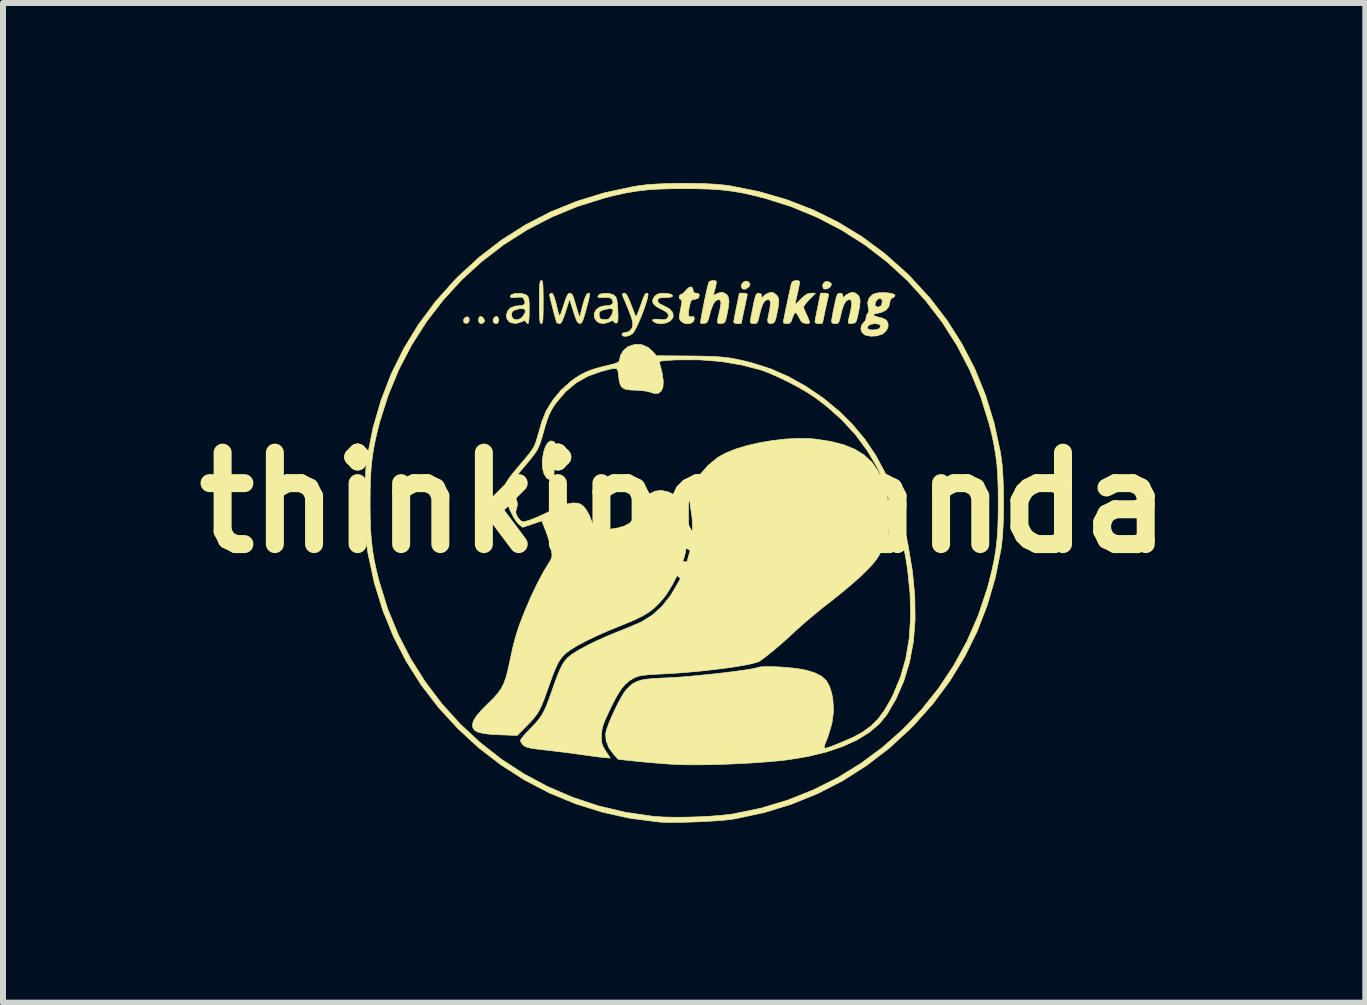
<source format=kicad_pcb>
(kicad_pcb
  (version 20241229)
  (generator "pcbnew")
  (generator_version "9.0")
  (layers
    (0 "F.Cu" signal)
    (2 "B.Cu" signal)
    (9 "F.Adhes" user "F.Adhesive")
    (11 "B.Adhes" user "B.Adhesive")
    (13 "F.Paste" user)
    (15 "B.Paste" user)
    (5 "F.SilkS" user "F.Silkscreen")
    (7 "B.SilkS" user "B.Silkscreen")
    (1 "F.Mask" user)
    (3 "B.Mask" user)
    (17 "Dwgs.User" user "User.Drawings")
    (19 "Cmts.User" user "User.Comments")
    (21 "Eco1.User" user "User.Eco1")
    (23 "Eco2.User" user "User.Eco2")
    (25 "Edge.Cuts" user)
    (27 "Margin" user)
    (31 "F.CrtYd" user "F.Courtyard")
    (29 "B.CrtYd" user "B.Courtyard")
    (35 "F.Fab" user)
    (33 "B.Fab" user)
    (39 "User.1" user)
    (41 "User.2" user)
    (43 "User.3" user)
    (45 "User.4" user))
  (footprint "thinkingPanda"
    (layer "F.Cu")
    (at 8.353 5.329)
    (property "Reference" "thinkingPanda" (at 0 0 0) (layer "F.SilkS") (effects (font (size 1.524 1.524) (thickness 0.3))))
    (attr through_hole)
    (fp_poly (pts (xy -3.606 -3.097) (xy -3.583 -3.07) (xy -3.584 -3.03) (xy -3.606 -2.997) (xy -3.625 -2.988) (xy -3.662 -2.998) (xy -3.675 -3.015) (xy -3.674 -3.057) (xy -3.649 -3.09) (xy -3.612 -3.099) (xy -3.606 -3.097)) (stroke (width 0.01) (type solid)) (fill yes) (layer "F.SilkS"))
    (fp_poly (pts (xy -3.374 -3.102) (xy -3.344 -3.075) (xy -3.328 -3.038) (xy -3.33 -3.018) (xy -3.359 -2.989) (xy -3.4 -2.989) (xy -3.415 -2.999) (xy -3.428 -3.035) (xy -3.422 -3.08) (xy -3.406 -3.102) (xy -3.374 -3.102)) (stroke (width 0.01) (type solid)) (fill yes) (layer "F.SilkS"))
    (fp_poly (pts (xy -3.114 -3.102) (xy -3.096 -3.072) (xy -3.09 -3.036) (xy -3.105 -2.996) (xy -3.138 -2.983) (xy -3.172 -3) (xy -3.184 -3.02) (xy -3.183 -3.059) (xy -3.16 -3.092) (xy -3.128 -3.106) (xy -3.114 -3.102)) (stroke (width 0.01) (type solid)) (fill yes) (layer "F.SilkS"))
    (fp_poly (pts (xy 1.07 -3.682) (xy 1.098 -3.648) (xy 1.089 -3.613) (xy 1.067 -3.589) (xy 1.019 -3.559) (xy 0.976 -3.563) (xy 0.967 -3.57) (xy 0.95 -3.61) (xy 0.964 -3.651) (xy 0.996 -3.683) (xy 1.038 -3.695) (xy 1.07 -3.682)) (stroke (width 0.01) (type solid)) (fill yes) (layer "F.SilkS"))
    (fp_poly (pts (xy 2.429 -3.675) (xy 2.454 -3.649) (xy 2.455 -3.641) (xy 2.439 -3.603) (xy 2.4 -3.572) (xy 2.355 -3.559) (xy 2.321 -3.57) (xy 2.307 -3.61) (xy 2.319 -3.655) (xy 2.344 -3.68) (xy 2.386 -3.688) (xy 2.429 -3.675)) (stroke (width 0.01) (type solid)) (fill yes) (layer "F.SilkS"))
    (fp_poly (pts (xy 2.391 -3.489) (xy 2.406 -3.473) (xy 2.403 -3.445) (xy 2.387 -3.372) (xy 2.368 -3.286) (xy 2.348 -3.196) (xy 2.331 -3.113) (xy 2.317 -3.045) (xy 2.308 -3.003) (xy 2.307 -2.995) (xy 2.289 -2.988) (xy 2.244 -2.985) (xy 2.244 -2.985) (xy 2.198 -2.992) (xy 2.18 -3.011) (xy 2.184 -3.042) (xy 2.195 -3.104) (xy 2.211 -3.188) (xy 2.227 -3.265) (xy 2.273 -3.493) (xy 2.344 -3.493) (xy 2.391 -3.489)) (stroke (width 0.01) (type solid)) (fill yes) (layer "F.SilkS"))
    (fp_poly (pts (xy 1.036 -3.489) (xy 1.052 -3.472) (xy 1.048 -3.445) (xy 1.037 -3.394) (xy 1.022 -3.322) (xy 1.004 -3.238) (xy 0.986 -3.153) (xy 0.97 -3.077) (xy 0.958 -3.019) (xy 0.953 -2.992) (xy 0.953 -2.991) (xy 0.934 -2.986) (xy 0.89 -2.985) (xy 0.889 -2.985) (xy 0.843 -2.992) (xy 0.825 -3.011) (xy 0.83 -3.042) (xy 0.841 -3.104) (xy 0.857 -3.188) (xy 0.873 -3.265) (xy 0.92 -3.493) (xy 0.99 -3.493) (xy 1.036 -3.489)) (stroke (width 0.01) (type solid)) (fill yes) (layer "F.SilkS"))
    (fp_poly (pts (xy -2.369 -3.699) (xy -2.361 -3.679) (xy -2.355 -3.638) (xy -2.352 -3.572) (xy -2.35 -3.475) (xy -2.349 -3.344) (xy -2.35 -3.211) (xy -2.352 -3.114) (xy -2.355 -3.049) (xy -2.361 -3.009) (xy -2.37 -2.99) (xy -2.381 -2.985) (xy -2.393 -2.99) (xy -2.402 -3.01) (xy -2.407 -3.05) (xy -2.411 -3.117) (xy -2.413 -3.214) (xy -2.413 -3.344) (xy -2.413 -3.478) (xy -2.411 -3.574) (xy -2.407 -3.64) (xy -2.401 -3.679) (xy -2.393 -3.699) (xy -2.381 -3.704) (xy -2.369 -3.699)) (stroke (width 0.01) (type solid)) (fill yes) (layer "F.SilkS"))
    (fp_poly (pts (xy -2.182 -1.024) (xy -2.166 -1.013) (xy -2.149 -0.991) (xy -2.142 -0.954) (xy -2.143 -0.893) (xy -2.148 -0.837) (xy -2.157 -0.731) (xy -2.164 -0.614) (xy -2.167 -0.54) (xy -2.17 -0.462) (xy -2.176 -0.416) (xy -2.189 -0.394) (xy -2.211 -0.386) (xy -2.215 -0.385) (xy -2.266 -0.394) (xy -2.292 -0.411) (xy -2.336 -0.482) (xy -2.362 -0.58) (xy -2.365 -0.696) (xy -2.363 -0.721) (xy -2.343 -0.841) (xy -2.313 -0.935) (xy -2.274 -0.999) (xy -2.229 -1.03) (xy -2.182 -1.024)) (stroke (width 0.01) (type solid)) (fill yes) (layer "F.SilkS"))
    (fp_poly (pts (xy -0.269 -3.487) (xy -0.216 -3.473) (xy -0.192 -3.453) (xy -0.198 -3.436) (xy -0.227 -3.426) (xy -0.283 -3.42) (xy -0.324 -3.419) (xy -0.39 -3.416) (xy -0.424 -3.407) (xy -0.438 -3.386) (xy -0.44 -3.374) (xy -0.436 -3.344) (xy -0.408 -3.317) (xy -0.348 -3.287) (xy -0.34 -3.283) (xy -0.246 -3.232) (xy -0.193 -3.175) (xy -0.182 -3.112) (xy -0.19 -3.082) (xy -0.229 -3.032) (xy -0.295 -2.998) (xy -0.374 -2.983) (xy -0.452 -2.991) (xy -0.492 -3.007) (xy -0.527 -3.035) (xy -0.522 -3.053) (xy -0.481 -3.06) (xy -0.417 -3.056) (xy -0.345 -3.051) (xy -0.302 -3.058) (xy -0.277 -3.077) (xy -0.259 -3.122) (xy -0.28 -3.165) (xy -0.343 -3.207) (xy -0.369 -3.219) (xy -0.463 -3.269) (xy -0.516 -3.319) (xy -0.528 -3.372) (xy -0.501 -3.428) (xy -0.486 -3.446) (xy -0.442 -3.478) (xy -0.381 -3.491) (xy -0.343 -3.492) (xy -0.269 -3.487)) (stroke (width 0.01) (type solid)) (fill yes) (layer "F.SilkS"))
    (fp_poly (pts (xy 0.14 -3.582) (xy 0.148 -3.545) (xy 0.157 -3.506) (xy 0.19 -3.493) (xy 0.203 -3.493) (xy 0.242 -3.486) (xy 0.252 -3.458) (xy 0.25 -3.445) (xy 0.233 -3.408) (xy 0.189 -3.392) (xy 0.177 -3.391) (xy 0.14 -3.384) (xy 0.117 -3.367) (xy 0.101 -3.328) (xy 0.085 -3.261) (xy 0.071 -3.172) (xy 0.074 -3.119) (xy 0.096 -3.098) (xy 0.129 -3.101) (xy 0.159 -3.103) (xy 0.169 -3.074) (xy 0.169 -3.062) (xy 0.152 -3.017) (xy 0.108 -2.99) (xy 0.049 -2.982) (xy -0.01 -2.996) (xy -0.053 -3.027) (xy -0.071 -3.051) (xy -0.08 -3.078) (xy -0.078 -3.12) (xy -0.067 -3.187) (xy -0.059 -3.228) (xy -0.044 -3.309) (xy -0.039 -3.358) (xy -0.043 -3.381) (xy -0.056 -3.387) (xy -0.079 -3.404) (xy -0.085 -3.429) (xy -0.072 -3.463) (xy -0.054 -3.471) (xy -0.021 -3.487) (xy 0.018 -3.526) (xy 0.025 -3.535) (xy 0.071 -3.582) (xy 0.112 -3.598) (xy 0.14 -3.582)) (stroke (width 0.01) (type solid)) (fill yes) (layer "F.SilkS"))
    (fp_poly (pts (xy -0.983 -3.489) (xy -0.966 -3.475) (xy -0.947 -3.446) (xy -0.923 -3.395) (xy -0.891 -3.318) (xy -0.849 -3.21) (xy -0.824 -3.143) (xy -0.813 -3.116) (xy -0.803 -3.107) (xy -0.79 -3.121) (xy -0.771 -3.164) (xy -0.743 -3.239) (xy -0.729 -3.278) (xy -0.695 -3.374) (xy -0.671 -3.437) (xy -0.653 -3.473) (xy -0.638 -3.489) (xy -0.623 -3.492) (xy -0.607 -3.489) (xy -0.601 -3.468) (xy -0.61 -3.416) (xy -0.631 -3.341) (xy -0.661 -3.251) (xy -0.697 -3.152) (xy -0.737 -3.054) (xy -0.777 -2.964) (xy -0.814 -2.888) (xy -0.846 -2.836) (xy -0.859 -2.82) (xy -0.909 -2.79) (xy -0.963 -2.774) (xy -1.01 -2.776) (xy -1.035 -2.795) (xy -1.037 -2.805) (xy -1.019 -2.83) (xy -0.986 -2.836) (xy -0.931 -2.85) (xy -0.901 -2.87) (xy -0.87 -2.91) (xy -0.856 -2.957) (xy -0.86 -3.018) (xy -0.883 -3.1) (xy -0.926 -3.211) (xy -0.931 -3.224) (xy -0.968 -3.314) (xy -1 -3.39) (xy -1.023 -3.445) (xy -1.031 -3.466) (xy -1.023 -3.488) (xy -1 -3.493) (xy -0.983 -3.489)) (stroke (width 0.01) (type solid)) (fill yes) (layer "F.SilkS"))
    (fp_poly (pts (xy 1.49 -3.498) (xy 1.513 -3.484) (xy 1.551 -3.451) (xy 1.573 -3.407) (xy 1.578 -3.346) (xy 1.568 -3.259) (xy 1.551 -3.175) (xy 1.532 -3.087) (xy 1.515 -3.033) (xy 1.498 -3.003) (xy 1.476 -2.991) (xy 1.463 -2.988) (xy 1.418 -2.988) (xy 1.395 -3.009) (xy 1.392 -3.056) (xy 1.407 -3.136) (xy 1.409 -3.143) (xy 1.431 -3.252) (xy 1.439 -3.326) (xy 1.431 -3.369) (xy 1.407 -3.386) (xy 1.398 -3.387) (xy 1.354 -3.371) (xy 1.316 -3.322) (xy 1.283 -3.237) (xy 1.258 -3.139) (xy 1.239 -3.06) (xy 1.224 -3.014) (xy 1.206 -2.992) (xy 1.181 -2.985) (xy 1.162 -2.985) (xy 1.117 -2.992) (xy 1.101 -3.011) (xy 1.105 -3.042) (xy 1.115 -3.104) (xy 1.132 -3.188) (xy 1.147 -3.265) (xy 1.168 -3.365) (xy 1.185 -3.431) (xy 1.2 -3.469) (xy 1.216 -3.487) (xy 1.236 -3.492) (xy 1.243 -3.493) (xy 1.281 -3.481) (xy 1.292 -3.445) (xy 1.295 -3.414) (xy 1.306 -3.421) (xy 1.312 -3.432) (xy 1.346 -3.464) (xy 1.396 -3.492) (xy 1.448 -3.507) (xy 1.49 -3.498)) (stroke (width 0.01) (type solid)) (fill yes) (layer "F.SilkS"))
    (fp_poly (pts (xy 2.845 -3.498) (xy 2.868 -3.484) (xy 2.906 -3.451) (xy 2.927 -3.408) (xy 2.932 -3.346) (xy 2.922 -3.259) (xy 2.906 -3.175) (xy 2.887 -3.089) (xy 2.872 -3.035) (xy 2.856 -3.006) (xy 2.834 -2.994) (xy 2.802 -2.989) (xy 2.799 -2.988) (xy 2.761 -2.986) (xy 2.74 -2.991) (xy 2.735 -3.014) (xy 2.743 -3.062) (xy 2.762 -3.143) (xy 2.762 -3.143) (xy 2.785 -3.252) (xy 2.793 -3.326) (xy 2.785 -3.369) (xy 2.762 -3.386) (xy 2.753 -3.387) (xy 2.709 -3.371) (xy 2.671 -3.322) (xy 2.638 -3.237) (xy 2.613 -3.139) (xy 2.594 -3.06) (xy 2.579 -3.014) (xy 2.561 -2.992) (xy 2.536 -2.985) (xy 2.517 -2.985) (xy 2.469 -2.993) (xy 2.455 -3.019) (xy 2.46 -3.054) (xy 2.471 -3.119) (xy 2.487 -3.205) (xy 2.501 -3.273) (xy 2.523 -3.371) (xy 2.539 -3.435) (xy 2.554 -3.471) (xy 2.571 -3.488) (xy 2.592 -3.492) (xy 2.597 -3.493) (xy 2.636 -3.482) (xy 2.646 -3.445) (xy 2.65 -3.414) (xy 2.661 -3.421) (xy 2.667 -3.432) (xy 2.7 -3.464) (xy 2.751 -3.492) (xy 2.803 -3.507) (xy 2.845 -3.498)) (stroke (width 0.01) (type solid)) (fill yes) (layer "F.SilkS"))
    (fp_poly (pts (xy 1.898 -3.703) (xy 1.923 -3.687) (xy 1.926 -3.678) (xy 1.921 -3.646) (xy 1.909 -3.584) (xy 1.892 -3.504) (xy 1.885 -3.474) (xy 1.845 -3.296) (xy 1.944 -3.394) (xy 2.007 -3.451) (xy 2.057 -3.482) (xy 2.105 -3.492) (xy 2.117 -3.493) (xy 2.189 -3.493) (xy 2.089 -3.391) (xy 2.039 -3.336) (xy 2.003 -3.29) (xy 1.99 -3.263) (xy 1.999 -3.229) (xy 2.021 -3.175) (xy 2.029 -3.158) (xy 2.059 -3.095) (xy 2.081 -3.039) (xy 2.084 -3.031) (xy 2.09 -2.998) (xy 2.074 -2.986) (xy 2.029 -2.988) (xy 1.981 -2.999) (xy 1.948 -3.027) (xy 1.917 -3.084) (xy 1.916 -3.085) (xy 1.887 -3.137) (xy 1.862 -3.166) (xy 1.853 -3.168) (xy 1.833 -3.146) (xy 1.811 -3.096) (xy 1.802 -3.073) (xy 1.781 -3.017) (xy 1.756 -2.991) (xy 1.716 -2.985) (xy 1.712 -2.985) (xy 1.669 -2.99) (xy 1.651 -3.002) (xy 1.655 -3.029) (xy 1.667 -3.088) (xy 1.683 -3.171) (xy 1.703 -3.268) (xy 1.725 -3.371) (xy 1.746 -3.472) (xy 1.766 -3.56) (xy 1.781 -3.628) (xy 1.79 -3.665) (xy 1.791 -3.667) (xy 1.814 -3.691) (xy 1.856 -3.704) (xy 1.898 -3.703)) (stroke (width 0.01) (type solid)) (fill yes) (layer "F.SilkS"))
    (fp_poly (pts (xy -2.703 -3.486) (xy -2.644 -3.468) (xy -2.629 -3.46) (xy -2.608 -3.442) (xy -2.595 -3.417) (xy -2.587 -3.378) (xy -2.583 -3.316) (xy -2.582 -3.22) (xy -2.582 -3.206) (xy -2.584 -3.1) (xy -2.59 -3.026) (xy -2.599 -2.989) (xy -2.604 -2.985) (xy -2.63 -3.001) (xy -2.638 -3.016) (xy -2.651 -3.035) (xy -2.676 -3.032) (xy -2.71 -3.016) (xy -2.801 -2.987) (xy -2.883 -2.999) (xy -2.916 -3.017) (xy -2.954 -3.065) (xy -2.963 -3.122) (xy -2.961 -3.132) (xy -2.879 -3.132) (xy -2.863 -3.079) (xy -2.823 -3.051) (xy -2.77 -3.05) (xy -2.715 -3.078) (xy -2.69 -3.104) (xy -2.651 -3.168) (xy -2.649 -3.212) (xy -2.68 -3.235) (xy -2.743 -3.234) (xy -2.812 -3.215) (xy -2.86 -3.191) (xy -2.877 -3.154) (xy -2.879 -3.132) (xy -2.961 -3.132) (xy -2.944 -3.194) (xy -2.892 -3.249) (xy -2.815 -3.278) (xy -2.775 -3.281) (xy -2.698 -3.288) (xy -2.659 -3.309) (xy -2.653 -3.348) (xy -2.664 -3.377) (xy -2.683 -3.411) (xy -2.707 -3.426) (xy -2.752 -3.427) (xy -2.795 -3.422) (xy -2.86 -3.417) (xy -2.893 -3.424) (xy -2.9 -3.438) (xy -2.881 -3.466) (xy -2.834 -3.484) (xy -2.77 -3.491) (xy -2.703 -3.486)) (stroke (width 0.01) (type solid)) (fill yes) (layer "F.SilkS"))
    (fp_poly (pts (xy -1.243 -3.486) (xy -1.184 -3.467) (xy -1.164 -3.454) (xy -1.141 -3.431) (xy -1.126 -3.399) (xy -1.116 -3.349) (xy -1.109 -3.272) (xy -1.106 -3.214) (xy -1.102 -3.11) (xy -1.104 -3.043) (xy -1.113 -3.006) (xy -1.122 -2.995) (xy -1.153 -2.996) (xy -1.167 -3.012) (xy -1.185 -3.033) (xy -1.213 -3.03) (xy -1.244 -3.015) (xy -1.329 -2.988) (xy -1.407 -2.994) (xy -1.46 -3.027) (xy -1.497 -3.088) (xy -1.498 -3.133) (xy -1.418 -3.133) (xy -1.41 -3.086) (xy -1.392 -3.062) (xy -1.335 -3.051) (xy -1.278 -3.055) (xy -1.257 -3.064) (xy -1.223 -3.103) (xy -1.195 -3.159) (xy -1.185 -3.205) (xy -1.198 -3.231) (xy -1.239 -3.237) (xy -1.312 -3.223) (xy -1.339 -3.216) (xy -1.391 -3.197) (xy -1.414 -3.171) (xy -1.418 -3.133) (xy -1.498 -3.133) (xy -1.499 -3.153) (xy -1.47 -3.213) (xy -1.415 -3.258) (xy -1.34 -3.28) (xy -1.322 -3.281) (xy -1.241 -3.288) (xy -1.197 -3.311) (xy -1.185 -3.344) (xy -1.203 -3.395) (xy -1.253 -3.421) (xy -1.336 -3.423) (xy -1.344 -3.422) (xy -1.406 -3.416) (xy -1.434 -3.424) (xy -1.439 -3.438) (xy -1.421 -3.467) (xy -1.374 -3.485) (xy -1.31 -3.491) (xy -1.243 -3.486)) (stroke (width 0.01) (type solid)) (fill yes) (layer "F.SilkS"))
    (fp_poly (pts (xy 0.525 -3.698) (xy 0.534 -3.692) (xy 0.536 -3.667) (xy 0.527 -3.614) (xy 0.517 -3.571) (xy 0.5 -3.509) (xy 0.49 -3.468) (xy 0.487 -3.457) (xy 0.503 -3.463) (xy 0.544 -3.482) (xy 0.552 -3.486) (xy 0.61 -3.507) (xy 0.658 -3.5) (xy 0.669 -3.495) (xy 0.714 -3.465) (xy 0.739 -3.419) (xy 0.747 -3.352) (xy 0.737 -3.256) (xy 0.723 -3.181) (xy 0.705 -3.093) (xy 0.691 -3.038) (xy 0.675 -3.008) (xy 0.655 -2.994) (xy 0.624 -2.989) (xy 0.618 -2.988) (xy 0.581 -2.987) (xy 0.56 -2.995) (xy 0.554 -3.021) (xy 0.561 -3.072) (xy 0.581 -3.157) (xy 0.583 -3.164) (xy 0.605 -3.265) (xy 0.613 -3.331) (xy 0.606 -3.369) (xy 0.586 -3.385) (xy 0.572 -3.387) (xy 0.525 -3.367) (xy 0.483 -3.308) (xy 0.445 -3.208) (xy 0.426 -3.138) (xy 0.406 -3.062) (xy 0.388 -3.018) (xy 0.367 -2.996) (xy 0.338 -2.989) (xy 0.293 -2.988) (xy 0.273 -2.994) (xy 0.274 -3.017) (xy 0.282 -3.072) (xy 0.296 -3.152) (xy 0.315 -3.248) (xy 0.335 -3.351) (xy 0.357 -3.453) (xy 0.377 -3.545) (xy 0.395 -3.619) (xy 0.408 -3.666) (xy 0.41 -3.673) (xy 0.437 -3.695) (xy 0.483 -3.705) (xy 0.525 -3.698)) (stroke (width 0.01) (type solid)) (fill yes) (layer "F.SilkS"))
    (fp_poly (pts (xy -1.575 -3.487) (xy -1.576 -3.463) (xy -1.586 -3.407) (xy -1.605 -3.327) (xy -1.631 -3.232) (xy -1.631 -3.229) (xy -1.661 -3.124) (xy -1.683 -3.055) (xy -1.701 -3.013) (xy -1.718 -2.993) (xy -1.736 -2.988) (xy -1.743 -2.989) (xy -1.766 -2.999) (xy -1.788 -3.029) (xy -1.811 -3.084) (xy -1.841 -3.172) (xy -1.848 -3.196) (xy -1.91 -3.396) (xy -1.974 -3.19) (xy -2.007 -3.093) (xy -2.032 -3.031) (xy -2.054 -2.997) (xy -2.075 -2.985) (xy -2.079 -2.985) (xy -2.116 -2.997) (xy -2.127 -3.011) (xy -2.141 -3.058) (xy -2.161 -3.129) (xy -2.183 -3.213) (xy -2.205 -3.3) (xy -2.225 -3.378) (xy -2.238 -3.437) (xy -2.244 -3.466) (xy -2.244 -3.466) (xy -2.227 -3.49) (xy -2.213 -3.493) (xy -2.195 -3.485) (xy -2.178 -3.459) (xy -2.16 -3.408) (xy -2.137 -3.327) (xy -2.112 -3.223) (xy -2.096 -3.161) (xy -2.081 -3.121) (xy -2.075 -3.112) (xy -2.064 -3.131) (xy -2.045 -3.181) (xy -2.02 -3.255) (xy -2.005 -3.302) (xy -1.975 -3.394) (xy -1.951 -3.452) (xy -1.93 -3.483) (xy -1.908 -3.492) (xy -1.905 -3.493) (xy -1.871 -3.477) (xy -1.847 -3.428) (xy -1.842 -3.413) (xy -1.823 -3.348) (xy -1.798 -3.264) (xy -1.781 -3.209) (xy -1.742 -3.084) (xy -1.694 -3.28) (xy -1.661 -3.393) (xy -1.63 -3.465) (xy -1.6 -3.495) (xy -1.575 -3.487)) (stroke (width 0.01) (type solid)) (fill yes) (layer "F.SilkS"))
    (fp_poly (pts (xy 3.401 -3.497) (xy 3.465 -3.486) (xy 3.505 -3.469) (xy 3.514 -3.456) (xy 3.496 -3.426) (xy 3.471 -3.414) (xy 3.437 -3.388) (xy 3.429 -3.345) (xy 3.41 -3.266) (xy 3.356 -3.205) (xy 3.273 -3.168) (xy 3.248 -3.163) (xy 3.18 -3.149) (xy 3.153 -3.133) (xy 3.168 -3.116) (xy 3.225 -3.096) (xy 3.298 -3.079) (xy 3.361 -3.05) (xy 3.395 -3) (xy 3.4 -2.94) (xy 3.376 -2.878) (xy 3.323 -2.824) (xy 3.292 -2.806) (xy 3.2 -2.779) (xy 3.101 -2.776) (xy 3.014 -2.796) (xy 3.006 -2.8) (xy 2.96 -2.844) (xy 2.944 -2.903) (xy 2.948 -2.918) (xy 3.052 -2.918) (xy 3.058 -2.901) (xy 3.089 -2.884) (xy 3.143 -2.879) (xy 3.202 -2.885) (xy 3.248 -2.901) (xy 3.259 -2.909) (xy 3.275 -2.948) (xy 3.252 -2.973) (xy 3.193 -2.984) (xy 3.176 -2.985) (xy 3.113 -2.975) (xy 3.068 -2.951) (xy 3.052 -2.918) (xy 2.948 -2.918) (xy 2.96 -2.964) (xy 2.989 -2.998) (xy 3.024 -3.04) (xy 3.031 -3.076) (xy 3.038 -3.121) (xy 3.057 -3.152) (xy 3.078 -3.188) (xy 3.074 -3.234) (xy 3.068 -3.254) (xy 3.062 -3.302) (xy 3.181 -3.302) (xy 3.187 -3.279) (xy 3.219 -3.261) (xy 3.26 -3.266) (xy 3.289 -3.292) (xy 3.289 -3.293) (xy 3.303 -3.356) (xy 3.289 -3.396) (xy 3.259 -3.408) (xy 3.223 -3.39) (xy 3.193 -3.348) (xy 3.181 -3.302) (xy 3.062 -3.302) (xy 3.058 -3.337) (xy 3.083 -3.412) (xy 3.137 -3.468) (xy 3.183 -3.489) (xy 3.249 -3.5) (xy 3.325 -3.502) (xy 3.401 -3.497)) (stroke (width 0.01) (type solid)) (fill yes) (layer "F.SilkS"))
    (fp_poly (pts (xy 2.108 -1.068) (xy 2.188 -1.061) (xy 2.443 -1.022) (xy 2.662 -0.966) (xy 2.847 -0.89) (xy 3.001 -0.794) (xy 3.128 -0.676) (xy 3.229 -0.532) (xy 3.309 -0.363) (xy 3.31 -0.359) (xy 3.377 -0.14) (xy 3.417 0.079) (xy 3.427 0.289) (xy 3.408 0.48) (xy 3.406 0.491) (xy 3.386 0.563) (xy 3.352 0.656) (xy 3.311 0.752) (xy 3.298 0.78) (xy 3.256 0.863) (xy 3.211 0.935) (xy 3.157 1.005) (xy 3.085 1.085) (xy 3.009 1.162) (xy 2.927 1.24) (xy 2.82 1.335) (xy 2.698 1.439) (xy 2.569 1.545) (xy 2.443 1.645) (xy 2.434 1.652) (xy 2.307 1.751) (xy 2.175 1.859) (xy 2.048 1.965) (xy 1.935 2.064) (xy 1.845 2.145) (xy 1.842 2.149) (xy 1.676 2.301) (xy 1.513 2.442) (xy 1.362 2.564) (xy 1.259 2.64) (xy 1.209 2.661) (xy 1.123 2.684) (xy 1.004 2.708) (xy 0.859 2.733) (xy 0.691 2.757) (xy 0.507 2.78) (xy 0.311 2.802) (xy 0.109 2.821) (xy -0.096 2.838) (xy -0.296 2.85) (xy -0.372 2.854) (xy -0.51 2.861) (xy -0.614 2.869) (xy -0.691 2.877) (xy -0.749 2.888) (xy -0.795 2.903) (xy -0.829 2.917) (xy -0.912 2.966) (xy -0.984 3.027) (xy -1.052 3.109) (xy -1.12 3.218) (xy -1.195 3.36) (xy -1.259 3.492) (xy -1.306 3.595) (xy -1.339 3.674) (xy -1.36 3.738) (xy -1.371 3.793) (xy -1.377 3.844) (xy -1.379 3.94) (xy -1.371 4.011) (xy -1.347 4.074) (xy -1.304 4.145) (xy -1.303 4.147) (xy -1.231 4.255) (xy -1.287 4.251) (xy -1.353 4.246) (xy -1.408 4.24) (xy -1.451 4.234) (xy -1.527 4.224) (xy -1.626 4.21) (xy -1.738 4.195) (xy -1.778 4.189) (xy -1.919 4.17) (xy -2.076 4.15) (xy -2.23 4.132) (xy -2.358 4.117) (xy -2.476 4.103) (xy -2.559 4.09) (xy -2.616 4.076) (xy -2.654 4.06) (xy -2.681 4.04) (xy -2.716 3.998) (xy -2.73 3.964) (xy -2.731 3.963) (xy -2.716 3.937) (xy -2.678 3.888) (xy -2.622 3.825) (xy -2.57 3.771) (xy -2.489 3.688) (xy -2.427 3.615) (xy -2.376 3.544) (xy -2.332 3.464) (xy -2.289 3.367) (xy -2.243 3.244) (xy -2.212 3.157) (xy -2.156 2.998) (xy -2.11 2.874) (xy -2.069 2.778) (xy -2.033 2.705) (xy -1.998 2.649) (xy -1.961 2.603) (xy -1.937 2.579) (xy -1.866 2.523) (xy -1.761 2.457) (xy -1.625 2.383) (xy -1.466 2.305) (xy -1.287 2.225) (xy -1.101 2.148) (xy -0.987 2.103) (xy -0.881 2.059) (xy -0.791 2.021) (xy -0.727 1.993) (xy -0.709 1.984) (xy -0.531 1.874) (xy -0.37 1.728) (xy -0.226 1.546) (xy -0.096 1.325) (xy -0.073 1.281) (xy 0.038 1.017) (xy 0.109 0.761) (xy 0.141 0.51) (xy 0.133 0.259) (xy 0.117 0.144) (xy 0.101 0.038) (xy 0.094 -0.039) (xy 0.096 -0.099) (xy 0.107 -0.152) (xy 0.169 -0.314) (xy 0.268 -0.473) (xy 0.395 -0.619) (xy 0.546 -0.745) (xy 0.562 -0.756) (xy 0.692 -0.828) (xy 0.856 -0.894) (xy 1.045 -0.952) (xy 1.254 -1) (xy 1.472 -1.037) (xy 1.692 -1.062) (xy 1.907 -1.072) (xy 2.108 -1.068)) (stroke (width 0.01) (type solid)) (fill yes) (layer "F.SilkS"))
    (fp_poly (pts (xy 0.172 -5.323) (xy 0.375 -5.317) (xy 0.559 -5.306) (xy 0.714 -5.29) (xy 0.762 -5.283) (xy 1.244 -5.187) (xy 1.705 -5.053) (xy 2.146 -4.883) (xy 2.567 -4.675) (xy 2.967 -4.431) (xy 3.346 -4.15) (xy 3.703 -3.832) (xy 3.768 -3.768) (xy 4.093 -3.415) (xy 4.381 -3.04) (xy 4.632 -2.644) (xy 4.847 -2.227) (xy 5.024 -1.79) (xy 5.165 -1.332) (xy 5.268 -0.855) (xy 5.283 -0.762) (xy 5.301 -0.619) (xy 5.313 -0.444) (xy 5.321 -0.247) (xy 5.324 -0.038) (xy 5.323 0.172) (xy 5.317 0.375) (xy 5.306 0.559) (xy 5.29 0.714) (xy 5.283 0.762) (xy 5.187 1.244) (xy 5.053 1.705) (xy 4.883 2.146) (xy 4.675 2.567) (xy 4.431 2.967) (xy 4.15 3.346) (xy 3.832 3.703) (xy 3.768 3.768) (xy 3.415 4.093) (xy 3.039 4.381) (xy 2.643 4.633) (xy 2.227 4.847) (xy 1.791 5.024) (xy 1.336 5.164) (xy 0.863 5.265) (xy 0.815 5.273) (xy 0.71 5.287) (xy 0.572 5.299) (xy 0.413 5.309) (xy 0.241 5.318) (xy 0.067 5.324) (xy -0.1 5.328) (xy -0.249 5.328) (xy -0.372 5.325) (xy -0.423 5.321) (xy -0.899 5.26) (xy -1.362 5.158) (xy -1.811 5.017) (xy -2.245 4.838) (xy -2.661 4.621) (xy -3.056 4.368) (xy -3.431 4.079) (xy -3.768 3.768) (xy -4.093 3.415) (xy -4.381 3.04) (xy -4.632 2.644) (xy -4.847 2.227) (xy -5.024 1.79) (xy -5.165 1.332) (xy -5.268 0.855) (xy -5.283 0.762) (xy -5.301 0.619) (xy -5.313 0.444) (xy -5.321 0.247) (xy -5.324 0.038) (xy -5.324 0) (xy -5.235 0) (xy -5.233 0.239) (xy -5.226 0.446) (xy -5.213 0.63) (xy -5.192 0.802) (xy -5.163 0.971) (xy -5.125 1.148) (xy -5.08 1.324) (xy -4.94 1.773) (xy -4.763 2.202) (xy -4.553 2.609) (xy -4.309 2.994) (xy -4.036 3.354) (xy -3.733 3.688) (xy -3.404 3.994) (xy -3.05 4.272) (xy -2.673 4.518) (xy -2.275 4.731) (xy -1.858 4.91) (xy -1.424 5.054) (xy -0.975 5.16) (xy -0.512 5.227) (xy -0.487 5.229) (xy -0.342 5.238) (xy -0.167 5.242) (xy 0.028 5.241) (xy 0.23 5.235) (xy 0.428 5.225) (xy 0.612 5.211) (xy 0.768 5.193) (xy 0.815 5.187) (xy 1.276 5.092) (xy 1.722 4.958) (xy 2.149 4.788) (xy 2.557 4.584) (xy 2.944 4.345) (xy 3.307 4.076) (xy 3.646 3.776) (xy 3.957 3.448) (xy 4.24 3.093) (xy 4.493 2.712) (xy 4.713 2.309) (xy 4.899 1.884) (xy 5.049 1.438) (xy 5.08 1.324) (xy 5.128 1.132) (xy 5.166 0.957) (xy 5.194 0.787) (xy 5.214 0.615) (xy 5.227 0.429) (xy 5.233 0.22) (xy 5.235 0) (xy 5.233 -0.239) (xy 5.226 -0.446) (xy 5.213 -0.63) (xy 5.192 -0.802) (xy 5.163 -0.971) (xy 5.125 -1.148) (xy 5.08 -1.324) (xy 4.939 -1.776) (xy 4.761 -2.208) (xy 4.548 -2.619) (xy 4.302 -3.006) (xy 4.024 -3.369) (xy 3.717 -3.706) (xy 3.381 -4.014) (xy 3.019 -4.293) (xy 2.632 -4.54) (xy 2.222 -4.754) (xy 1.791 -4.933) (xy 1.34 -5.076) (xy 1.324 -5.08) (xy 1.132 -5.128) (xy 0.957 -5.166) (xy 0.787 -5.194) (xy 0.615 -5.214) (xy 0.429 -5.227) (xy 0.22 -5.233) (xy 0 -5.235) (xy -0.239 -5.233) (xy -0.446 -5.226) (xy -0.63 -5.213) (xy -0.802 -5.192) (xy -0.971 -5.163) (xy -1.148 -5.125) (xy -1.324 -5.08) (xy -1.776 -4.939) (xy -2.208 -4.761) (xy -2.619 -4.548) (xy -3.006 -4.302) (xy -3.369 -4.024) (xy -3.706 -3.717) (xy -4.014 -3.381) (xy -4.293 -3.019) (xy -4.54 -2.632) (xy -4.754 -2.222) (xy -4.933 -1.791) (xy -5.076 -1.34) (xy -5.08 -1.324) (xy -5.128 -1.132) (xy -5.166 -0.957) (xy -5.194 -0.787) (xy -5.214 -0.615) (xy -5.227 -0.429) (xy -5.233 -0.22) (xy -5.235 0) (xy -5.324 0) (xy -5.323 -0.172) (xy -5.317 -0.375) (xy -5.306 -0.559) (xy -5.29 -0.714) (xy -5.283 -0.762) (xy -5.187 -1.244) (xy -5.053 -1.705) (xy -4.883 -2.146) (xy -4.675 -2.567) (xy -4.431 -2.967) (xy -4.15 -3.346) (xy -3.832 -3.703) (xy -3.768 -3.768) (xy -3.415 -4.093) (xy -3.04 -4.381) (xy -2.644 -4.632) (xy -2.227 -4.847) (xy -1.79 -5.024) (xy -1.332 -5.165) (xy -0.855 -5.268) (xy -0.762 -5.283) (xy -0.619 -5.301) (xy -0.444 -5.313) (xy -0.247 -5.321) (xy -0.038 -5.324) (xy 0.172 -5.323)) (stroke (width 0.01) (type solid)) (fill yes) (layer "F.SilkS"))
    (fp_poly (pts (xy -0.707 -2.635) (xy -0.603 -2.59) (xy -0.517 -2.513) (xy -0.464 -2.45) (xy 0.08 -2.446) (xy 0.269 -2.444) (xy 0.424 -2.44) (xy 0.554 -2.434) (xy 0.667 -2.424) (xy 0.772 -2.411) (xy 0.878 -2.391) (xy 0.992 -2.366) (xy 1.124 -2.333) (xy 1.139 -2.329) (xy 1.44 -2.233) (xy 1.742 -2.1) (xy 2.039 -1.934) (xy 2.324 -1.739) (xy 2.59 -1.519) (xy 2.803 -1.308) (xy 3.01 -1.061) (xy 3.193 -0.79) (xy 3.353 -0.492) (xy 3.491 -0.165) (xy 3.609 0.195) (xy 3.708 0.59) (xy 3.732 0.709) (xy 3.805 1.146) (xy 3.844 1.558) (xy 3.849 1.947) (xy 3.821 2.312) (xy 3.757 2.654) (xy 3.66 2.975) (xy 3.528 3.275) (xy 3.377 3.534) (xy 3.25 3.688) (xy 3.084 3.828) (xy 2.882 3.953) (xy 2.645 4.061) (xy 2.375 4.153) (xy 2.074 4.227) (xy 1.743 4.282) (xy 1.63 4.296) (xy 1.43 4.315) (xy 1.208 4.332) (xy 0.97 4.346) (xy 0.727 4.357) (xy 0.486 4.365) (xy 0.257 4.368) (xy 0.049 4.368) (xy -0.13 4.363) (xy -0.201 4.359) (xy -0.344 4.349) (xy -0.509 4.336) (xy -0.672 4.321) (xy -0.798 4.309) (xy -1.099 4.277) (xy -1.173 4.197) (xy -1.255 4.085) (xy -1.301 3.965) (xy -1.308 3.845) (xy -1.292 3.779) (xy -1.259 3.686) (xy -1.214 3.577) (xy -1.16 3.459) (xy -1.104 3.344) (xy -1.048 3.241) (xy -0.998 3.16) (xy -0.968 3.121) (xy -0.912 3.062) (xy -0.856 3.016) (xy -0.793 2.982) (xy -0.717 2.957) (xy -0.621 2.94) (xy -0.499 2.929) (xy -0.342 2.921) (xy -0.294 2.919) (xy -0.176 2.913) (xy -0.035 2.903) (xy 0.121 2.89) (xy 0.286 2.874) (xy 0.455 2.857) (xy 0.621 2.838) (xy 0.779 2.82) (xy 0.922 2.801) (xy 1.045 2.783) (xy 1.14 2.767) (xy 1.203 2.753) (xy 1.222 2.747) (xy 1.269 2.736) (xy 1.349 2.731) (xy 1.453 2.732) (xy 1.573 2.736) (xy 1.699 2.745) (xy 1.823 2.757) (xy 1.935 2.772) (xy 2.027 2.79) (xy 2.042 2.793) (xy 2.184 2.838) (xy 2.29 2.892) (xy 2.367 2.962) (xy 2.422 3.057) (xy 2.46 3.181) (xy 2.478 3.275) (xy 2.49 3.471) (xy 2.462 3.681) (xy 2.395 3.903) (xy 2.384 3.931) (xy 2.354 4.004) (xy 2.336 4.054) (xy 2.333 4.083) (xy 2.351 4.092) (xy 2.394 4.082) (xy 2.467 4.056) (xy 2.573 4.014) (xy 2.612 3.998) (xy 2.811 3.912) (xy 2.976 3.822) (xy 3.113 3.722) (xy 3.231 3.605) (xy 3.336 3.463) (xy 3.436 3.291) (xy 3.484 3.196) (xy 3.606 2.904) (xy 3.695 2.592) (xy 3.751 2.258) (xy 3.774 1.902) (xy 3.765 1.522) (xy 3.724 1.116) (xy 3.692 0.912) (xy 3.608 0.491) (xy 3.504 0.106) (xy 3.378 -0.247) (xy 3.229 -0.569) (xy 3.055 -0.864) (xy 2.855 -1.135) (xy 2.627 -1.383) (xy 2.37 -1.611) (xy 2.191 -1.747) (xy 2.063 -1.832) (xy 1.909 -1.922) (xy 1.741 -2.011) (xy 1.572 -2.093) (xy 1.413 -2.163) (xy 1.281 -2.212) (xy 0.959 -2.296) (xy 0.614 -2.354) (xy 0.255 -2.382) (xy -0.108 -2.381) (xy -0.123 -2.381) (xy -0.242 -2.375) (xy -0.325 -2.369) (xy -0.377 -2.362) (xy -0.405 -2.354) (xy -0.415 -2.343) (xy -0.413 -2.331) (xy -0.401 -2.294) (xy -0.384 -2.229) (xy -0.366 -2.152) (xy -0.348 -2.027) (xy -0.353 -1.93) (xy -0.382 -1.861) (xy -0.431 -1.824) (xy -0.5 -1.822) (xy -0.55 -1.838) (xy -0.61 -1.855) (xy -0.696 -1.868) (xy -0.783 -1.874) (xy -0.899 -1.879) (xy -0.979 -1.892) (xy -1.032 -1.918) (xy -1.064 -1.964) (xy -1.083 -2.035) (xy -1.093 -2.116) (xy -1.1 -2.175) (xy -1.11 -2.214) (xy -1.129 -2.235) (xy -1.166 -2.239) (xy -1.227 -2.229) (xy -1.318 -2.205) (xy -1.376 -2.19) (xy -1.6 -2.111) (xy -1.799 -1.999) (xy -1.975 -1.852) (xy -2.131 -1.669) (xy -2.169 -1.615) (xy -2.213 -1.542) (xy -2.251 -1.465) (xy -2.286 -1.373) (xy -2.323 -1.254) (xy -2.34 -1.192) (xy -2.37 -1.087) (xy -2.395 -1.005) (xy -2.421 -0.938) (xy -2.451 -0.878) (xy -2.491 -0.817) (xy -2.545 -0.746) (xy -2.618 -0.657) (xy -2.699 -0.562) (xy -2.789 -0.453) (xy -2.854 -0.37) (xy -2.894 -0.31) (xy -2.913 -0.266) (xy -2.913 -0.234) (xy -2.896 -0.21) (xy -2.885 -0.201) (xy -2.85 -0.162) (xy -2.815 -0.102) (xy -2.804 -0.076) (xy -2.783 -0.008) (xy -2.781 0.045) (xy -2.793 0.094) (xy -2.807 0.149) (xy -2.8 0.193) (xy -2.773 0.244) (xy -2.735 0.29) (xy -2.699 0.316) (xy -2.69 0.318) (xy -2.631 0.307) (xy -2.542 0.278) (xy -2.43 0.232) (xy -2.301 0.173) (xy -2.216 0.13) (xy -2.071 0.062) (xy -1.952 0.02) (xy -1.851 0.003) (xy -1.763 0.009) (xy -1.757 0.011) (xy -1.695 0.044) (xy -1.635 0.112) (xy -1.58 0.209) (xy -1.535 0.327) (xy -1.53 0.344) (xy -1.508 0.409) (xy -1.487 0.453) (xy -1.473 0.465) (xy -1.443 0.463) (xy -1.381 0.457) (xy -1.3 0.448) (xy -1.263 0.444) (xy -1.111 0.421) (xy -0.995 0.388) (xy -0.909 0.341) (xy -0.848 0.279) (xy -0.806 0.196) (xy -0.795 0.161) (xy -0.746 0.033) (xy -0.682 -0.064) (xy -0.597 -0.137) (xy -0.595 -0.139) (xy -0.487 -0.192) (xy -0.382 -0.206) (xy -0.27 -0.181) (xy -0.23 -0.164) (xy -0.118 -0.104) (xy -0.04 -0.044) (xy 0.01 0.026) (xy 0.04 0.112) (xy 0.045 0.138) (xy 0.058 0.254) (xy 0.06 0.398) (xy 0.054 0.553) (xy 0.039 0.706) (xy 0.017 0.844) (xy 0.000331 0.91) (xy -0.052 1.061) (xy -0.121 1.221) (xy -0.202 1.376) (xy -0.285 1.512) (xy -0.333 1.577) (xy -0.416 1.673) (xy -0.497 1.753) (xy -0.586 1.822) (xy -0.689 1.885) (xy -0.814 1.947) (xy -0.97 2.013) (xy -1.044 2.043) (xy -1.258 2.13) (xy -1.455 2.217) (xy -1.63 2.301) (xy -1.779 2.38) (xy -1.897 2.452) (xy -1.98 2.514) (xy -1.99 2.524) (xy -2.032 2.568) (xy -2.07 2.618) (xy -2.106 2.679) (xy -2.143 2.759) (xy -2.185 2.861) (xy -2.234 2.994) (xy -2.276 3.114) (xy -2.327 3.257) (xy -2.371 3.368) (xy -2.413 3.456) (xy -2.459 3.531) (xy -2.514 3.601) (xy -2.582 3.676) (xy -2.628 3.723) (xy -2.783 3.879) (xy -3.069 3.868) (xy -3.225 3.86) (xy -3.344 3.846) (xy -3.429 3.826) (xy -3.485 3.798) (xy -3.517 3.761) (xy -3.525 3.739) (xy -3.527 3.685) (xy -3.506 3.623) (xy -3.457 3.549) (xy -3.38 3.459) (xy -3.271 3.349) (xy -3.267 3.346) (xy -3.176 3.256) (xy -3.105 3.176) (xy -3.051 3.099) (xy -3.008 3.016) (xy -2.972 2.917) (xy -2.94 2.795) (xy -2.906 2.641) (xy -2.902 2.625) (xy -2.865 2.45) (xy -2.829 2.305) (xy -2.792 2.175) (xy -2.75 2.047) (xy -2.697 1.908) (xy -2.646 1.782) (xy -2.549 1.556) (xy -2.447 1.344) (xy -2.347 1.156) (xy -2.272 1.03) (xy -2.231 0.964) (xy -2.209 0.918) (xy -2.203 0.874) (xy -2.209 0.818) (xy -2.216 0.776) (xy -2.235 0.692) (xy -2.265 0.589) (xy -2.3 0.487) (xy -2.305 0.474) (xy -2.372 0.302) (xy -2.689 0.41) (xy -2.747 0.368) (xy -2.793 0.319) (xy -2.844 0.24) (xy -2.895 0.141) (xy -2.939 0.035) (xy -2.972 -0.068) (xy -2.984 -0.121) (xy -2.993 -0.184) (xy -2.995 -0.237) (xy -2.985 -0.287) (xy -2.962 -0.341) (xy -2.922 -0.404) (xy -2.862 -0.483) (xy -2.779 -0.583) (xy -2.721 -0.651) (xy -2.636 -0.752) (xy -2.574 -0.829) (xy -2.53 -0.89) (xy -2.499 -0.943) (xy -2.477 -0.996) (xy -2.458 -1.056) (xy -2.455 -1.064) (xy -2.426 -1.165) (xy -2.394 -1.275) (xy -2.371 -1.355) (xy -2.298 -1.536) (xy -2.188 -1.713) (xy -2.049 -1.879) (xy -1.885 -2.026) (xy -1.817 -2.076) (xy -1.72 -2.136) (xy -1.622 -2.185) (xy -1.51 -2.227) (xy -1.373 -2.265) (xy -1.286 -2.286) (xy -1.19 -2.309) (xy -1.129 -2.328) (xy -1.095 -2.345) (xy -1.081 -2.363) (xy -1.079 -2.375) (xy -1.061 -2.457) (xy -1.012 -2.536) (xy -0.944 -2.596) (xy -0.929 -2.605) (xy -0.818 -2.64) (xy -0.707 -2.635)) (stroke (width 0.01) (type solid)) (fill yes) (layer "F.SilkS")))
  (gr_rect
    (start -3 -3)
    (end 19.706 13.662)
    (stroke (width 0.1) (type default))
    (fill no)
    (layer "Edge.Cuts")))
</source>
